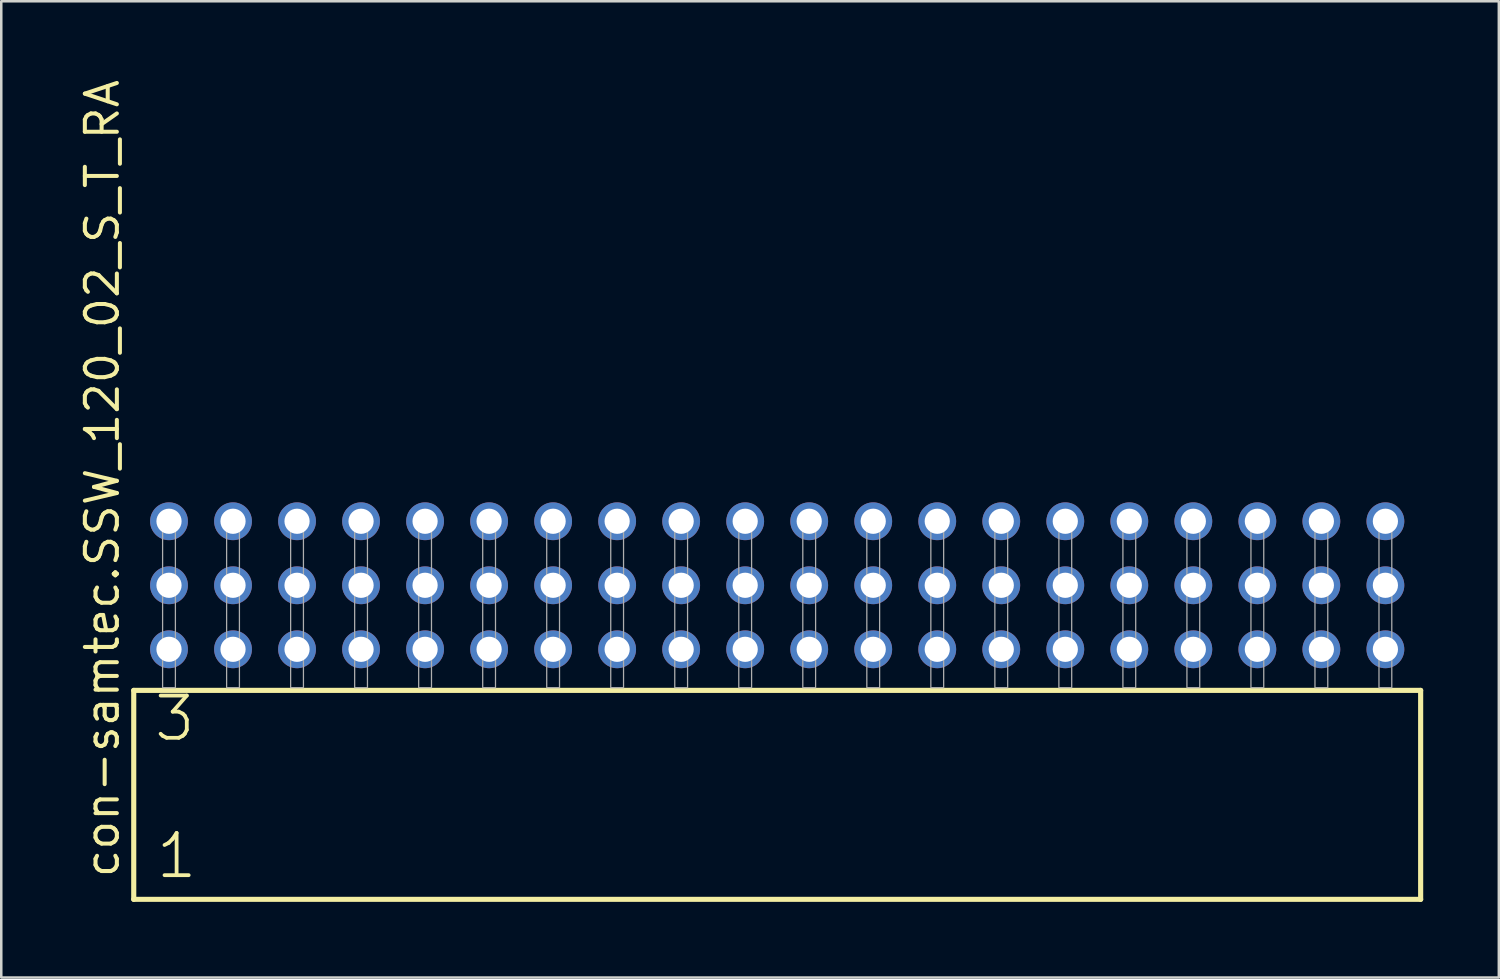
<source format=kicad_pcb>
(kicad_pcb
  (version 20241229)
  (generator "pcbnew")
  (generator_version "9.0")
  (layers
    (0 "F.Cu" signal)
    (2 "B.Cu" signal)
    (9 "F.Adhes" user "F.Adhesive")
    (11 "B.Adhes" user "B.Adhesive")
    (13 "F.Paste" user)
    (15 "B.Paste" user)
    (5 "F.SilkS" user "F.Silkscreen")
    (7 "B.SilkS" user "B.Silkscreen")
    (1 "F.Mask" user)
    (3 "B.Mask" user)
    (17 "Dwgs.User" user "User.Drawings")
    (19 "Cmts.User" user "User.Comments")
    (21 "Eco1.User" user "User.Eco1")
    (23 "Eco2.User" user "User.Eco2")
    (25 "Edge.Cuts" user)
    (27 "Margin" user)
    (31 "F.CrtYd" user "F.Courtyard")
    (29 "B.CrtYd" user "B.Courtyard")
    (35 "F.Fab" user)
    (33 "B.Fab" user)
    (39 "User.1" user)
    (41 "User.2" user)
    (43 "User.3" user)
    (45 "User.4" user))
  (footprint "con-samtec.SSW_120_02_S_T_RA"
    (layer "F.Cu")
    (at 27.785 24.235)
    (property "Reference" "con-samtec.SSW_120_02_S_T_RA" (at -26.035 7.62 90) (layer "F.SilkS") (effects (font (size 1.27 1.27) (thickness 0.16)) (justify left bottom)))
    (attr through_hole)
    (fp_line (start -25.529 0.106) (end -25.529 8.396) (stroke (width 0.203) (type default)) (layer "F.SilkS"))
    (fp_line (start -25.529 8.396) (end 25.529 8.396) (stroke (width 0.203) (type default)) (layer "F.SilkS"))
    (fp_line (start 25.529 0.106) (end -25.529 0.106) (stroke (width 0.203) (type default)) (layer "F.SilkS"))
    (fp_line (start 25.529 8.396) (end 25.529 0.106) (stroke (width 0.203) (type default)) (layer "F.SilkS"))
    (fp_rect (start -24.384 0) (end -23.876 -6.858) (stroke (width 0.05) (type default)) (fill no) (layer "F.Fab"))
    (fp_rect (start -21.844 0) (end -21.336 -6.858) (stroke (width 0.05) (type default)) (fill no) (layer "F.Fab"))
    (fp_rect (start -19.304 0) (end -18.796 -6.858) (stroke (width 0.05) (type default)) (fill no) (layer "F.Fab"))
    (fp_rect (start -16.764 0) (end -16.256 -6.858) (stroke (width 0.05) (type default)) (fill no) (layer "F.Fab"))
    (fp_rect (start -14.224 0) (end -13.716 -6.858) (stroke (width 0.05) (type default)) (fill no) (layer "F.Fab"))
    (fp_rect (start -11.684 0) (end -11.176 -6.858) (stroke (width 0.05) (type default)) (fill no) (layer "F.Fab"))
    (fp_rect (start -9.144 0) (end -8.636 -6.858) (stroke (width 0.05) (type default)) (fill no) (layer "F.Fab"))
    (fp_rect (start -6.604 0) (end -6.096 -6.858) (stroke (width 0.05) (type default)) (fill no) (layer "F.Fab"))
    (fp_rect (start -4.064 0) (end -3.556 -6.858) (stroke (width 0.05) (type default)) (fill no) (layer "F.Fab"))
    (fp_rect (start -1.524 0) (end -1.016 -6.858) (stroke (width 0.05) (type default)) (fill no) (layer "F.Fab"))
    (fp_rect (start 1.016 0) (end 1.524 -6.858) (stroke (width 0.05) (type default)) (fill no) (layer "F.Fab"))
    (fp_rect (start 3.556 0) (end 4.064 -6.858) (stroke (width 0.05) (type default)) (fill no) (layer "F.Fab"))
    (fp_rect (start 6.096 0) (end 6.604 -6.858) (stroke (width 0.05) (type default)) (fill no) (layer "F.Fab"))
    (fp_rect (start 8.636 0) (end 9.144 -6.858) (stroke (width 0.05) (type default)) (fill no) (layer "F.Fab"))
    (fp_rect (start 11.176 0) (end 11.684 -6.858) (stroke (width 0.05) (type default)) (fill no) (layer "F.Fab"))
    (fp_rect (start 13.716 0) (end 14.224 -6.858) (stroke (width 0.05) (type default)) (fill no) (layer "F.Fab"))
    (fp_rect (start 16.256 0) (end 16.764 -6.858) (stroke (width 0.05) (type default)) (fill no) (layer "F.Fab"))
    (fp_rect (start 18.796 0) (end 19.304 -6.858) (stroke (width 0.05) (type default)) (fill no) (layer "F.Fab"))
    (fp_rect (start 21.336 0) (end 21.844 -6.858) (stroke (width 0.05) (type default)) (fill no) (layer "F.Fab"))
    (fp_rect (start 23.876 0) (end 24.384 -6.858) (stroke (width 0.05) (type default)) (fill no) (layer "F.Fab"))
    (fp_text user "1" (at -24.725 7.65 0) (layer "F.SilkS") (effects (font (size 1.676 1.676) (thickness 0.15)) (justify left bottom)))
    (fp_text user "3" (at -24.8 2.2 0) (layer "F.SilkS") (effects (font (size 1.676 1.676) (thickness 0.15)) (justify left bottom)))
    (pad "1" thru_hole circle (at -24.13 -1.524) (size 1.5 1.5) (drill 1) (layers "*.Cu" "*.Mask"))
    (pad "2" thru_hole circle (at -24.13 -4.064) (size 1.5 1.5) (drill 1) (layers "*.Cu" "*.Mask"))
    (pad "3" thru_hole circle (at -24.13 -6.604) (size 1.5 1.5) (drill 1) (layers "*.Cu" "*.Mask"))
    (pad "4" thru_hole circle (at -21.59 -1.524) (size 1.5 1.5) (drill 1) (layers "*.Cu" "*.Mask"))
    (pad "5" thru_hole circle (at -21.59 -4.064) (size 1.5 1.5) (drill 1) (layers "*.Cu" "*.Mask"))
    (pad "6" thru_hole circle (at -21.59 -6.604) (size 1.5 1.5) (drill 1) (layers "*.Cu" "*.Mask"))
    (pad "7" thru_hole circle (at -19.05 -1.524) (size 1.5 1.5) (drill 1) (layers "*.Cu" "*.Mask"))
    (pad "8" thru_hole circle (at -19.05 -4.064) (size 1.5 1.5) (drill 1) (layers "*.Cu" "*.Mask"))
    (pad "9" thru_hole circle (at -19.05 -6.604) (size 1.5 1.5) (drill 1) (layers "*.Cu" "*.Mask"))
    (pad "10" thru_hole circle (at -16.51 -1.524) (size 1.5 1.5) (drill 1) (layers "*.Cu" "*.Mask"))
    (pad "11" thru_hole circle (at -16.51 -4.064) (size 1.5 1.5) (drill 1) (layers "*.Cu" "*.Mask"))
    (pad "12" thru_hole circle (at -16.51 -6.604) (size 1.5 1.5) (drill 1) (layers "*.Cu" "*.Mask"))
    (pad "13" thru_hole circle (at -13.97 -1.524) (size 1.5 1.5) (drill 1) (layers "*.Cu" "*.Mask"))
    (pad "14" thru_hole circle (at -13.97 -4.064) (size 1.5 1.5) (drill 1) (layers "*.Cu" "*.Mask"))
    (pad "15" thru_hole circle (at -13.97 -6.604) (size 1.5 1.5) (drill 1) (layers "*.Cu" "*.Mask"))
    (pad "16" thru_hole circle (at -11.43 -1.524) (size 1.5 1.5) (drill 1) (layers "*.Cu" "*.Mask"))
    (pad "17" thru_hole circle (at -11.43 -4.064) (size 1.5 1.5) (drill 1) (layers "*.Cu" "*.Mask"))
    (pad "18" thru_hole circle (at -11.43 -6.604) (size 1.5 1.5) (drill 1) (layers "*.Cu" "*.Mask"))
    (pad "19" thru_hole circle (at -8.89 -1.524) (size 1.5 1.5) (drill 1) (layers "*.Cu" "*.Mask"))
    (pad "20" thru_hole circle (at -8.89 -4.064) (size 1.5 1.5) (drill 1) (layers "*.Cu" "*.Mask"))
    (pad "21" thru_hole circle (at -8.89 -6.604) (size 1.5 1.5) (drill 1) (layers "*.Cu" "*.Mask"))
    (pad "22" thru_hole circle (at -6.35 -1.524) (size 1.5 1.5) (drill 1) (layers "*.Cu" "*.Mask"))
    (pad "23" thru_hole circle (at -6.35 -4.064) (size 1.5 1.5) (drill 1) (layers "*.Cu" "*.Mask"))
    (pad "24" thru_hole circle (at -6.35 -6.604) (size 1.5 1.5) (drill 1) (layers "*.Cu" "*.Mask"))
    (pad "25" thru_hole circle (at -3.81 -1.524) (size 1.5 1.5) (drill 1) (layers "*.Cu" "*.Mask"))
    (pad "26" thru_hole circle (at -3.81 -4.064) (size 1.5 1.5) (drill 1) (layers "*.Cu" "*.Mask"))
    (pad "27" thru_hole circle (at -3.81 -6.604) (size 1.5 1.5) (drill 1) (layers "*.Cu" "*.Mask"))
    (pad "28" thru_hole circle (at -1.27 -1.524) (size 1.5 1.5) (drill 1) (layers "*.Cu" "*.Mask"))
    (pad "29" thru_hole circle (at -1.27 -4.064) (size 1.5 1.5) (drill 1) (layers "*.Cu" "*.Mask"))
    (pad "30" thru_hole circle (at -1.27 -6.604) (size 1.5 1.5) (drill 1) (layers "*.Cu" "*.Mask"))
    (pad "31" thru_hole circle (at 1.27 -1.524) (size 1.5 1.5) (drill 1) (layers "*.Cu" "*.Mask"))
    (pad "32" thru_hole circle (at 1.27 -4.064) (size 1.5 1.5) (drill 1) (layers "*.Cu" "*.Mask"))
    (pad "33" thru_hole circle (at 1.27 -6.604) (size 1.5 1.5) (drill 1) (layers "*.Cu" "*.Mask"))
    (pad "34" thru_hole circle (at 3.81 -1.524) (size 1.5 1.5) (drill 1) (layers "*.Cu" "*.Mask"))
    (pad "35" thru_hole circle (at 3.81 -4.064) (size 1.5 1.5) (drill 1) (layers "*.Cu" "*.Mask"))
    (pad "36" thru_hole circle (at 3.81 -6.604) (size 1.5 1.5) (drill 1) (layers "*.Cu" "*.Mask"))
    (pad "37" thru_hole circle (at 6.35 -1.524) (size 1.5 1.5) (drill 1) (layers "*.Cu" "*.Mask"))
    (pad "38" thru_hole circle (at 6.35 -4.064) (size 1.5 1.5) (drill 1) (layers "*.Cu" "*.Mask"))
    (pad "39" thru_hole circle (at 6.35 -6.604) (size 1.5 1.5) (drill 1) (layers "*.Cu" "*.Mask"))
    (pad "40" thru_hole circle (at 8.89 -1.524) (size 1.5 1.5) (drill 1) (layers "*.Cu" "*.Mask"))
    (pad "41" thru_hole circle (at 8.89 -4.064) (size 1.5 1.5) (drill 1) (layers "*.Cu" "*.Mask"))
    (pad "42" thru_hole circle (at 8.89 -6.604) (size 1.5 1.5) (drill 1) (layers "*.Cu" "*.Mask"))
    (pad "43" thru_hole circle (at 11.43 -1.524) (size 1.5 1.5) (drill 1) (layers "*.Cu" "*.Mask"))
    (pad "44" thru_hole circle (at 11.43 -4.064) (size 1.5 1.5) (drill 1) (layers "*.Cu" "*.Mask"))
    (pad "45" thru_hole circle (at 11.43 -6.604) (size 1.5 1.5) (drill 1) (layers "*.Cu" "*.Mask"))
    (pad "46" thru_hole circle (at 13.97 -1.524) (size 1.5 1.5) (drill 1) (layers "*.Cu" "*.Mask"))
    (pad "47" thru_hole circle (at 13.97 -4.064) (size 1.5 1.5) (drill 1) (layers "*.Cu" "*.Mask"))
    (pad "48" thru_hole circle (at 13.97 -6.604) (size 1.5 1.5) (drill 1) (layers "*.Cu" "*.Mask"))
    (pad "49" thru_hole circle (at 16.51 -1.524) (size 1.5 1.5) (drill 1) (layers "*.Cu" "*.Mask"))
    (pad "50" thru_hole circle (at 16.51 -4.064) (size 1.5 1.5) (drill 1) (layers "*.Cu" "*.Mask"))
    (pad "51" thru_hole circle (at 16.51 -6.604) (size 1.5 1.5) (drill 1) (layers "*.Cu" "*.Mask"))
    (pad "52" thru_hole circle (at 19.05 -1.524) (size 1.5 1.5) (drill 1) (layers "*.Cu" "*.Mask"))
    (pad "53" thru_hole circle (at 19.05 -4.064) (size 1.5 1.5) (drill 1) (layers "*.Cu" "*.Mask"))
    (pad "54" thru_hole circle (at 19.05 -6.604) (size 1.5 1.5) (drill 1) (layers "*.Cu" "*.Mask"))
    (pad "55" thru_hole circle (at 21.59 -1.524) (size 1.5 1.5) (drill 1) (layers "*.Cu" "*.Mask"))
    (pad "56" thru_hole circle (at 21.59 -4.064) (size 1.5 1.5) (drill 1) (layers "*.Cu" "*.Mask"))
    (pad "57" thru_hole circle (at 21.59 -6.604) (size 1.5 1.5) (drill 1) (layers "*.Cu" "*.Mask"))
    (pad "58" thru_hole circle (at 24.13 -1.524) (size 1.5 1.5) (drill 1) (layers "*.Cu" "*.Mask"))
    (pad "59" thru_hole circle (at 24.13 -4.064) (size 1.5 1.5) (drill 1) (layers "*.Cu" "*.Mask"))
    (pad "60" thru_hole circle (at 24.13 -6.604) (size 1.5 1.5) (drill 1) (layers "*.Cu" "*.Mask")))
  (gr_rect
    (start -3 -3)
    (end 56.416 35.733)
    (stroke (width 0.1) (type default))
    (fill no)
    (layer "Edge.Cuts")))
</source>
